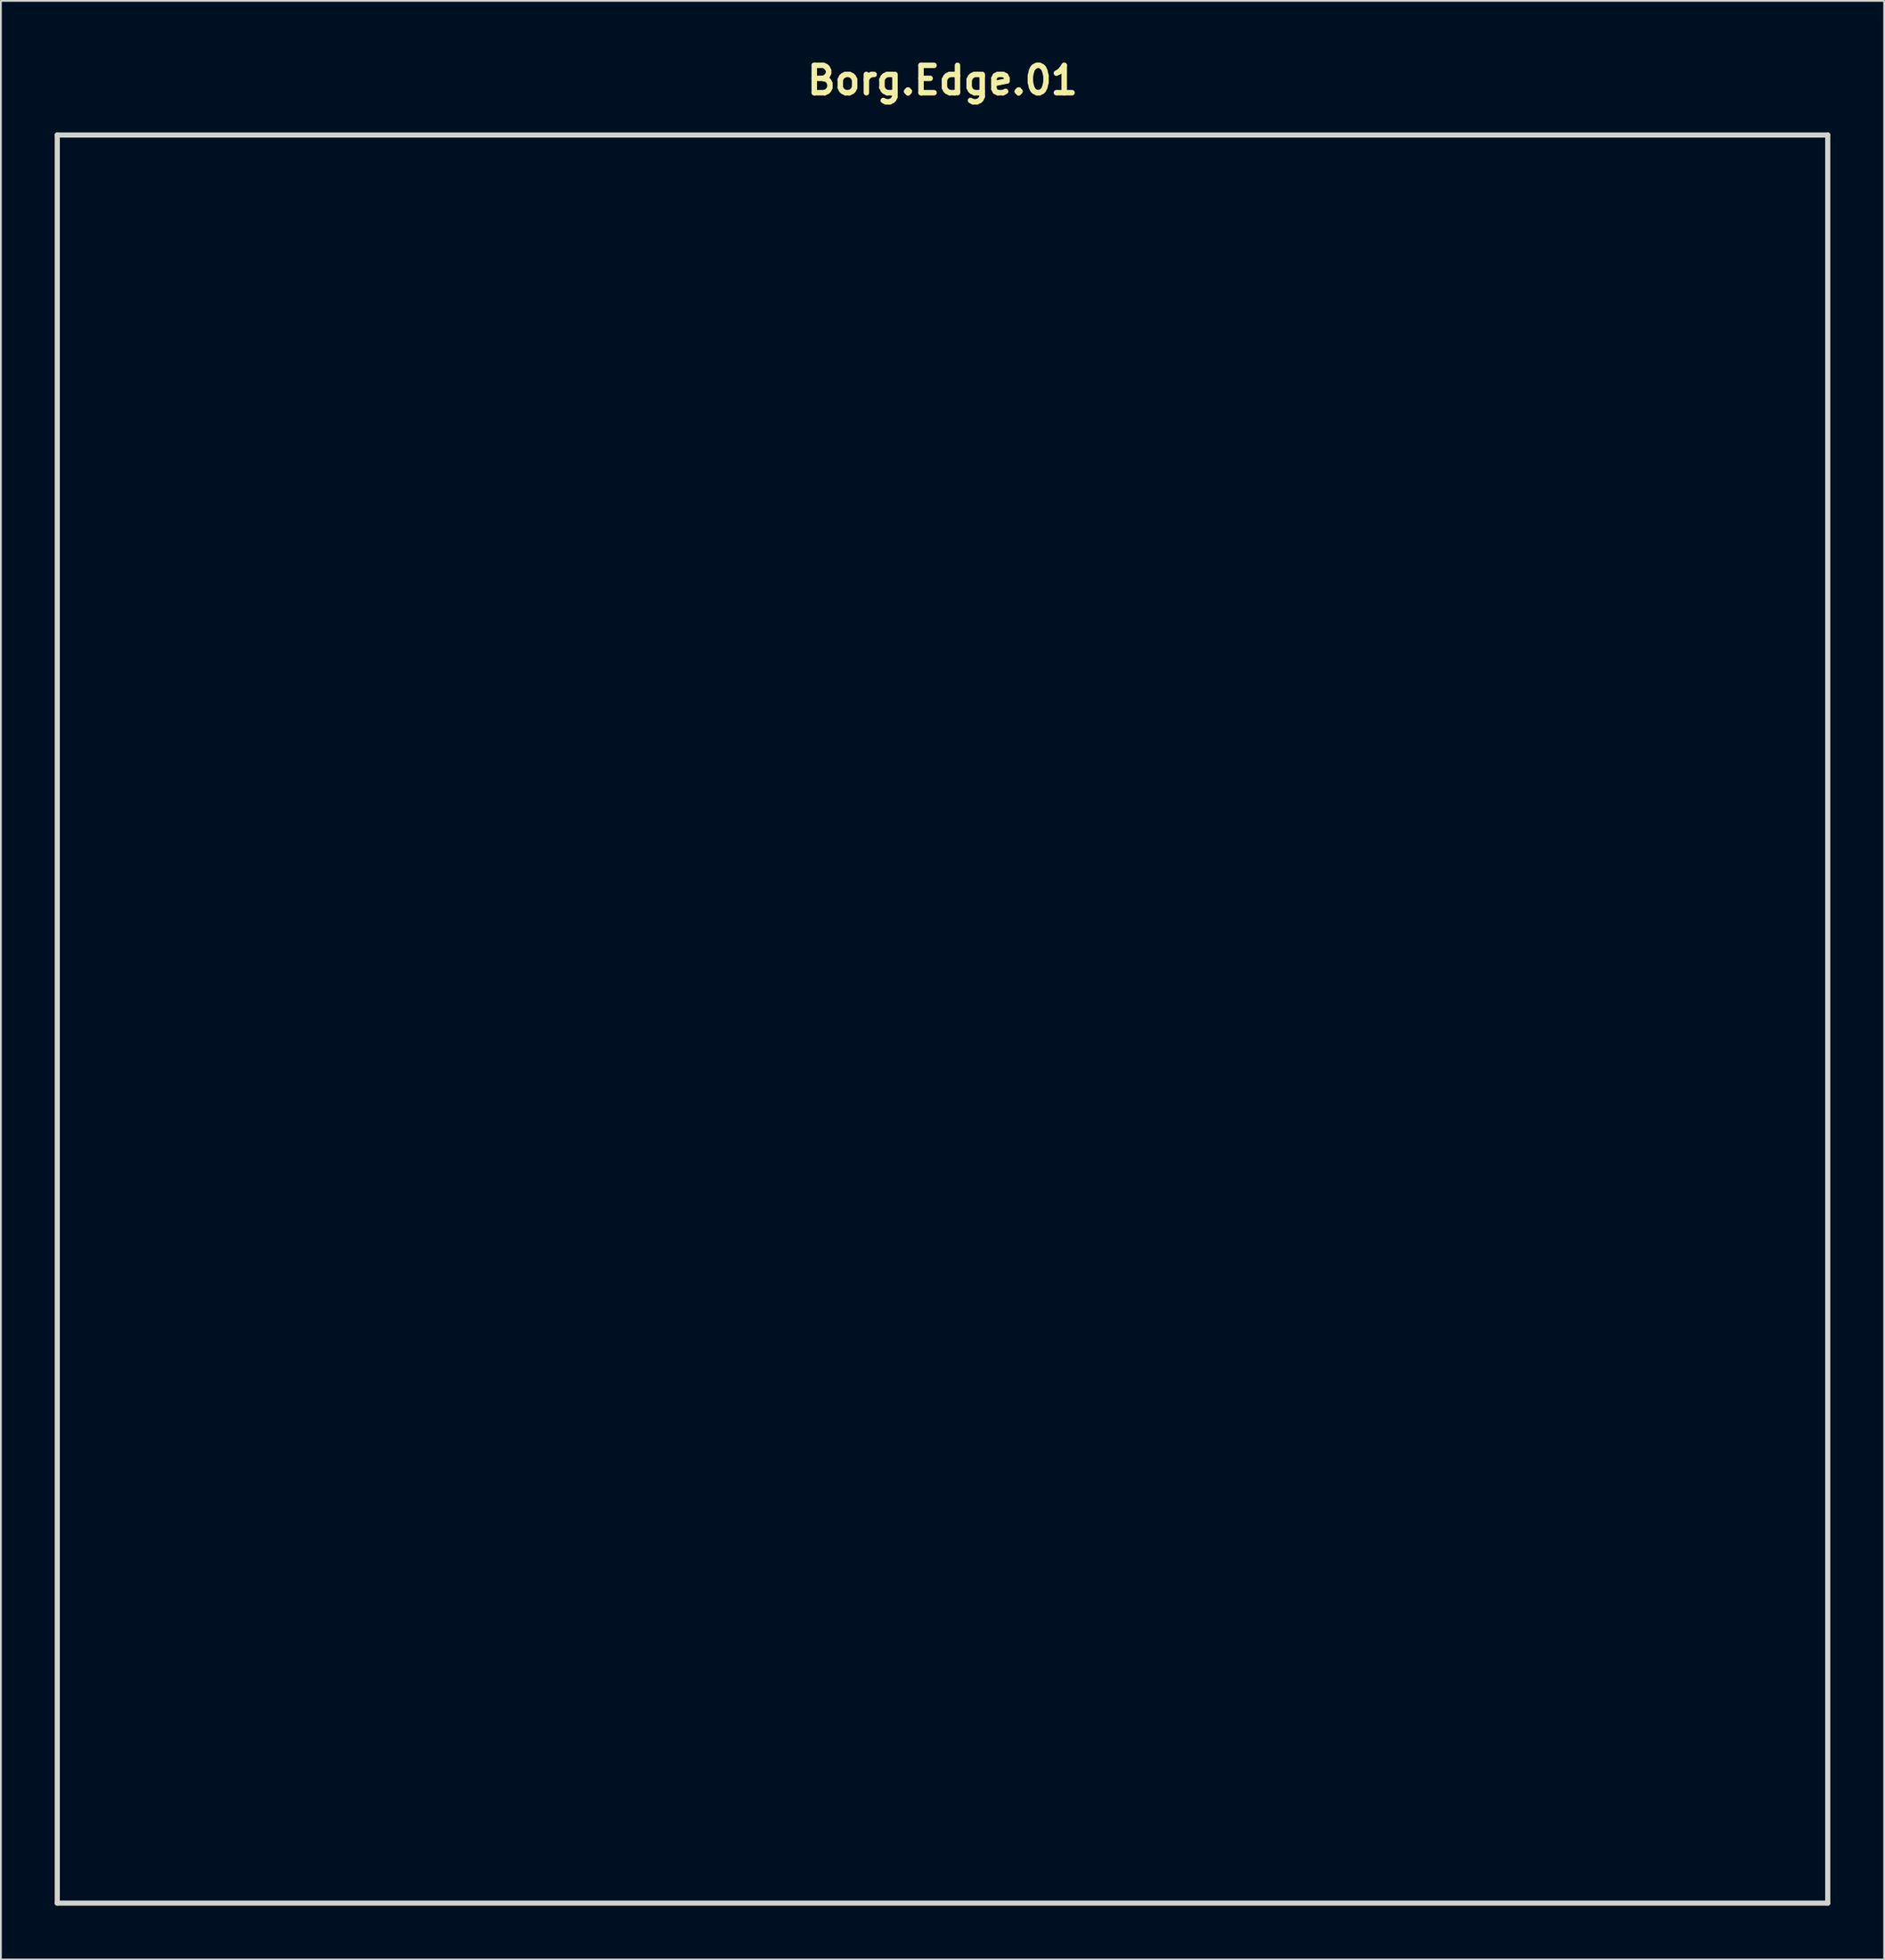
<source format=kicad_pcb>
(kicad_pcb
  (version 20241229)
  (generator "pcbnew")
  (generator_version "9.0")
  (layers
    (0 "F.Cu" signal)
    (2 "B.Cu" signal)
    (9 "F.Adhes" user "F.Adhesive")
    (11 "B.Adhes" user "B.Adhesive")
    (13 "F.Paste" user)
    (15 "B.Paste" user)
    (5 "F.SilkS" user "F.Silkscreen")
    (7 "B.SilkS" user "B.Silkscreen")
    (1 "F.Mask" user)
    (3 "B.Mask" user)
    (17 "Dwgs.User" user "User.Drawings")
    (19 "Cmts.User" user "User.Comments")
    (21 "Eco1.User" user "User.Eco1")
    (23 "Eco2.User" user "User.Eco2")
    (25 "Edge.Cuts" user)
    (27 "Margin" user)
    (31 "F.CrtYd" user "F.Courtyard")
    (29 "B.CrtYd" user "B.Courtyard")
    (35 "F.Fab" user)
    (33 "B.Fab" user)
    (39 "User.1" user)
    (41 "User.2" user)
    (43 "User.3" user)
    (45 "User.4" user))
  (footprint "Borg.Edge.01"
    (layer "F.Cu")
    (at 49.49 53.75)
    (property "Reference" "Borg.Edge.01" (at 0 -52.323 0) (layer "F.SilkS") (effects (font (size 1.524 1.524) (thickness 0.305))))
    (attr smd)
    (fp_line (start -49.348 -49.275) (end 49.348 -49.275) (stroke (width 0.286) (type solid)) (layer "Edge.Cuts"))
    (fp_line (start -49.348 49.275) (end -49.348 -49.275) (stroke (width 0.286) (type solid)) (layer "Edge.Cuts"))
    (fp_line (start 49.348 -49.275) (end 49.348 49.275) (stroke (width 0.286) (type solid)) (layer "Edge.Cuts"))
    (fp_line (start 49.348 49.275) (end -49.348 49.275) (stroke (width 0.286) (type solid)) (layer "Edge.Cuts")))
  (gr_rect
    (start -3 -3)
    (end 101.981 106.168)
    (stroke (width 0.1) (type default))
    (fill no)
    (layer "Edge.Cuts")))
</source>
